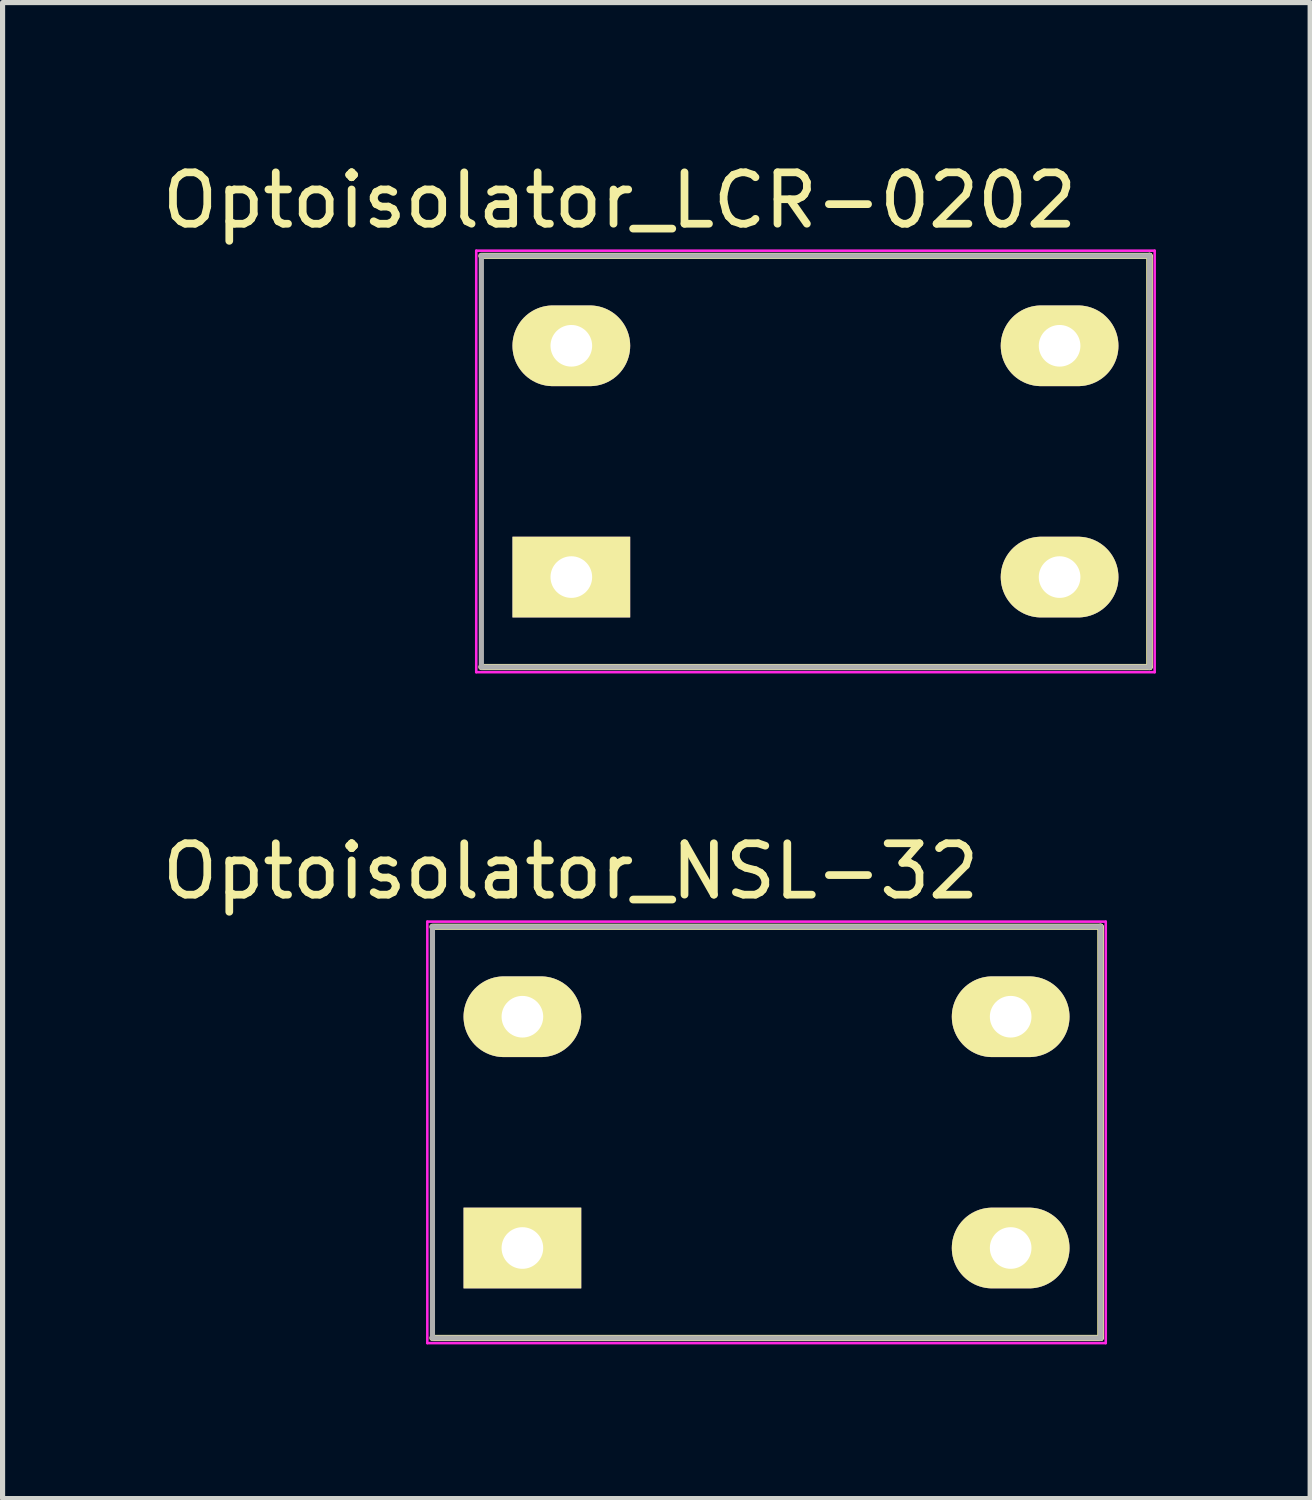
<source format=kicad_pcb>
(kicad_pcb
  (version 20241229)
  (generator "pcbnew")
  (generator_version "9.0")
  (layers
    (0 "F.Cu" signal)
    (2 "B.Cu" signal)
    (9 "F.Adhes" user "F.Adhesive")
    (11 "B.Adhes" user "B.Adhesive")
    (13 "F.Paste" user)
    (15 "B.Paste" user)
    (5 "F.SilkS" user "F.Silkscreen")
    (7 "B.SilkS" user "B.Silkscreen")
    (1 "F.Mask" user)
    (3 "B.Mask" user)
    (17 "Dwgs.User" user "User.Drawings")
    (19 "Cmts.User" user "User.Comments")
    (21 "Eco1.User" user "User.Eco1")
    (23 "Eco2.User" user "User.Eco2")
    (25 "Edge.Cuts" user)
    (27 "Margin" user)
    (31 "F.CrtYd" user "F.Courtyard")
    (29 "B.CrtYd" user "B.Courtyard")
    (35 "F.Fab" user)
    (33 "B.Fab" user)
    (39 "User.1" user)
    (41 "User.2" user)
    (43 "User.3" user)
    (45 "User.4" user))
  (footprint "Optoisolator_NSL-32"
    (layer "F.Cu")
    (at 11.864 18.982)
    (property "Reference" "Optoisolator_NSL-32" (at -3.81 -5.08 180) (layer "F.SilkS") (effects (font (size 1 1) (thickness 0.15))))
    (attr through_hole)
    (fp_line (start -6.5 -4) (end 6.5 -4) (stroke (width 0.12) (type solid)) (layer "F.SilkS"))
    (fp_line (start -6.5 4) (end 6.5 4) (stroke (width 0.12) (type solid)) (layer "F.SilkS"))
    (fp_line (start 6.5 -4) (end 6.5 4) (stroke (width 0.12) (type solid)) (layer "F.SilkS"))
    (fp_line (start 6.5 4) (end 6.5 -4) (stroke (width 0.12) (type solid)) (layer "F.SilkS"))
    (fp_line (start -6.6 -4.1) (end -6.6 4.1) (stroke (width 0.05) (type solid)) (layer "F.CrtYd"))
    (fp_line (start -6.6 -4.1) (end 6.6 -4.1) (stroke (width 0.05) (type solid)) (layer "F.CrtYd"))
    (fp_line (start 6.6 4.1) (end -6.6 4.1) (stroke (width 0.05) (type solid)) (layer "F.CrtYd"))
    (fp_line (start 6.6 4.1) (end 6.6 -4.1) (stroke (width 0.05) (type solid)) (layer "F.CrtYd"))
    (fp_line (start -6.5 -4) (end 6.5 -4) (stroke (width 0.1) (type solid)) (layer "F.Fab"))
    (fp_line (start -6.5 4) (end -6.5 -4) (stroke (width 0.1) (type solid)) (layer "F.Fab"))
    (fp_line (start -6.5 4) (end 6.5 4) (stroke (width 0.1) (type solid)) (layer "F.Fab"))
    (fp_line (start 6.5 -4) (end 6.5 4) (stroke (width 0.1) (type solid)) (layer "F.Fab"))
    (pad "1" thru_hole rect (at -4.75 2.25) (size 2.29 1.57) (drill 0.81) (layers "*.Cu" "*.Mask" "F.SilkS"))
    (pad "2" thru_hole oval (at -4.75 -2.25) (size 2.29 1.57) (drill 0.81) (layers "*.Cu" "*.Mask" "F.SilkS"))
    (pad "3" thru_hole oval (at 4.75 -2.25) (size 2.29 1.57) (drill 0.81) (layers "*.Cu" "*.Mask" "F.SilkS"))
    (pad "4" thru_hole oval (at 4.75 2.25) (size 2.29 1.57) (drill 0.81) (layers "*.Cu" "*.Mask" "F.SilkS")))
  (footprint "Optoisolator_LCR-0202"
    (layer "F.Cu")
    (at 12.816 5.928)
    (property "Reference" "Optoisolator_LCR-0202" (at -3.81 -5.08 180) (layer "F.SilkS") (effects (font (size 1 1) (thickness 0.15))))
    (attr through_hole)
    (fp_line (start -6.5 -4) (end 6.5 -4) (stroke (width 0.12) (type solid)) (layer "F.SilkS"))
    (fp_line (start -6.5 4) (end 6.5 4) (stroke (width 0.12) (type solid)) (layer "F.SilkS"))
    (fp_line (start 6.5 -4) (end 6.5 4) (stroke (width 0.12) (type solid)) (layer "F.SilkS"))
    (fp_line (start 6.5 4) (end 6.5 -4) (stroke (width 0.12) (type solid)) (layer "F.SilkS"))
    (fp_line (start -6.6 -4.1) (end -6.6 4.1) (stroke (width 0.05) (type solid)) (layer "F.CrtYd"))
    (fp_line (start -6.6 -4.1) (end 6.6 -4.1) (stroke (width 0.05) (type solid)) (layer "F.CrtYd"))
    (fp_line (start 6.6 4.1) (end -6.6 4.1) (stroke (width 0.05) (type solid)) (layer "F.CrtYd"))
    (fp_line (start 6.6 4.1) (end 6.6 -4.1) (stroke (width 0.05) (type solid)) (layer "F.CrtYd"))
    (fp_line (start -6.5 -4) (end 6.5 -4) (stroke (width 0.1) (type solid)) (layer "F.Fab"))
    (fp_line (start -6.5 4) (end -6.5 -4) (stroke (width 0.1) (type solid)) (layer "F.Fab"))
    (fp_line (start -6.5 4) (end 6.5 4) (stroke (width 0.1) (type solid)) (layer "F.Fab"))
    (fp_line (start 6.5 -4) (end 6.5 4) (stroke (width 0.1) (type solid)) (layer "F.Fab"))
    (pad "1" thru_hole rect (at -4.75 2.25) (size 2.29 1.57) (drill 0.81) (layers "*.Cu" "*.Mask" "F.SilkS"))
    (pad "2" thru_hole oval (at -4.75 -2.25) (size 2.29 1.57) (drill 0.81) (layers "*.Cu" "*.Mask" "F.SilkS"))
    (pad "3" thru_hole oval (at 4.75 -2.25) (size 2.29 1.57) (drill 0.81) (layers "*.Cu" "*.Mask" "F.SilkS"))
    (pad "4" thru_hole oval (at 4.75 2.25) (size 2.29 1.57) (drill 0.81) (layers "*.Cu" "*.Mask" "F.SilkS")))
  (gr_rect
    (start -3 -3)
    (end 22.441 26.107)
    (stroke (width 0.1) (type default))
    (fill no)
    (layer "Edge.Cuts")))
</source>
